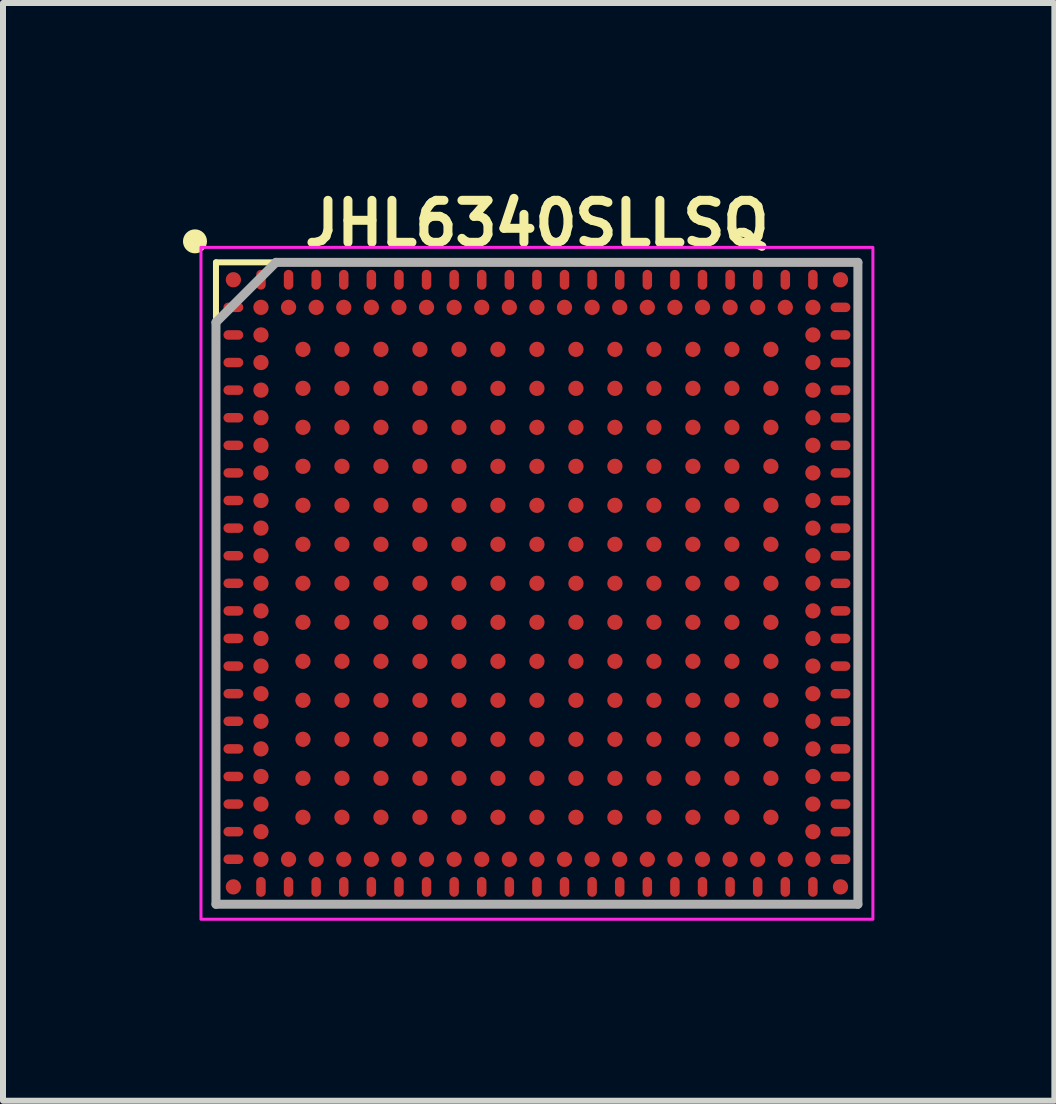
<source format=kicad_pcb>
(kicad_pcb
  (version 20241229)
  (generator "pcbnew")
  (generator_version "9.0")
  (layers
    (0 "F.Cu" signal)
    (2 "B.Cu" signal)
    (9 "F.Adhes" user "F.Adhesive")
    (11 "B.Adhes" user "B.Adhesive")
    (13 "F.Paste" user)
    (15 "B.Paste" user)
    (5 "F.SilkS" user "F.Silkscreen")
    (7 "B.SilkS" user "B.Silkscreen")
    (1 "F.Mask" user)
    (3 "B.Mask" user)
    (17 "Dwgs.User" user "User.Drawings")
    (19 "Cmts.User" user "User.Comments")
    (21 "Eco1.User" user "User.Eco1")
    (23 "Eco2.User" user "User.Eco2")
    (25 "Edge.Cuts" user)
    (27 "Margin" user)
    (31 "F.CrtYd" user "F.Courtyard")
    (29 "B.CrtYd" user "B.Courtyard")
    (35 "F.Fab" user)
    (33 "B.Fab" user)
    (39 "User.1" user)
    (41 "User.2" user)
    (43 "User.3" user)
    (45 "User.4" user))
  (footprint "JHL6340SLLSQ"
    (layer "F.Cu")
    (at 5.9 6.673)
    (property "Reference" "JHL6340SLLSQ" (at 0 -6 0) (unlocked yes) (layer "F.SilkS") (effects (font (size 0.7 0.7) (thickness 0.15))))
    (attr smd)
    (fp_line (start -5.35 5.35) (end -5.35 -5.35) (stroke (width 0.1) (type solid)) (layer "F.SilkS"))
    (fp_line (start -5.35 5.35) (end 5.35 5.35) (stroke (width 0.1) (type solid)) (layer "F.SilkS"))
    (fp_line (start 5.35 -5.35) (end -5.35 -5.35) (stroke (width 0.1) (type solid)) (layer "F.SilkS"))
    (fp_line (start 5.35 -5.35) (end 5.35 5.35) (stroke (width 0.1) (type solid)) (layer "F.SilkS"))
    (fp_circle (center -5.7 -5.7) (end -5.6 -5.7) (stroke (width 0.2) (type solid)) (fill no) (layer "F.SilkS"))
    (fp_rect (start -5.6 -5.6) (end 5.6 5.6) (stroke (width 0.05) (type solid)) (fill no) (layer "F.CrtYd"))
    (fp_line (start -5.35 5.35) (end -5.35 -4.35) (stroke (width 0.15) (type solid)) (layer "F.Fab"))
    (fp_line (start -4.35 -5.35) (end -5.35 -4.35) (stroke (width 0.15) (type solid)) (layer "F.Fab"))
    (fp_line (start -4.35 -5.35) (end 5.35 -5.35) (stroke (width 0.15) (type solid)) (layer "F.Fab"))
    (fp_line (start 5.35 -5.35) (end 5.35 5.35) (stroke (width 0.15) (type solid)) (layer "F.Fab"))
    (fp_line (start 5.35 5.35) (end -5.35 5.35) (stroke (width 0.15) (type solid)) (layer "F.Fab"))
    (fp_rect (start -5.35 -5.35) (end 5.35 5.35) (stroke (width 0.15) (type solid)) (fill no) (layer "User.5"))
    (pad "A1" smd circle (at -5.06 -5.06) (size 0.254 0.254) (layers "F.Cu" "F.Mask" "F.Paste"))
    (pad "A2" smd oval (at -4.6 -5.06) (size 0.158 0.33) (layers "F.Cu" "F.Mask" "F.Paste"))
    (pad "A3" smd oval (at -4.14 -5.06) (size 0.158 0.33) (layers "F.Cu" "F.Mask" "F.Paste"))
    (pad "A4" smd oval (at -3.68 -5.06) (size 0.158 0.33) (layers "F.Cu" "F.Mask" "F.Paste"))
    (pad "A5" smd oval (at -3.22 -5.06) (size 0.158 0.33) (layers "F.Cu" "F.Mask" "F.Paste"))
    (pad "A6" smd oval (at -2.76 -5.06) (size 0.158 0.33) (layers "F.Cu" "F.Mask" "F.Paste"))
    (pad "A7" smd oval (at -2.3 -5.06) (size 0.158 0.33) (layers "F.Cu" "F.Mask" "F.Paste"))
    (pad "A8" smd oval (at -1.84 -5.06) (size 0.158 0.33) (layers "F.Cu" "F.Mask" "F.Paste"))
    (pad "A9" smd oval (at -1.38 -5.06) (size 0.158 0.33) (layers "F.Cu" "F.Mask" "F.Paste"))
    (pad "A10" smd oval (at -0.92 -5.06) (size 0.158 0.33) (layers "F.Cu" "F.Mask" "F.Paste"))
    (pad "A11" smd oval (at -0.46 -5.06) (size 0.158 0.33) (layers "F.Cu" "F.Mask" "F.Paste"))
    (pad "A12" smd oval (at 0 -5.06) (size 0.158 0.33) (layers "F.Cu" "F.Mask" "F.Paste"))
    (pad "A13" smd oval (at 0.46 -5.06) (size 0.158 0.33) (layers "F.Cu" "F.Mask" "F.Paste"))
    (pad "A14" smd oval (at 0.92 -5.06) (size 0.158 0.33) (layers "F.Cu" "F.Mask" "F.Paste"))
    (pad "A15" smd oval (at 1.38 -5.06) (size 0.158 0.33) (layers "F.Cu" "F.Mask" "F.Paste"))
    (pad "A16" smd oval (at 1.84 -5.06) (size 0.158 0.33) (layers "F.Cu" "F.Mask" "F.Paste"))
    (pad "A17" smd oval (at 2.3 -5.06) (size 0.158 0.33) (layers "F.Cu" "F.Mask" "F.Paste"))
    (pad "A18" smd oval (at 2.76 -5.06) (size 0.158 0.33) (layers "F.Cu" "F.Mask" "F.Paste"))
    (pad "A19" smd oval (at 3.22 -5.06) (size 0.158 0.33) (layers "F.Cu" "F.Mask" "F.Paste"))
    (pad "A20" smd oval (at 3.68 -5.06) (size 0.158 0.33) (layers "F.Cu" "F.Mask" "F.Paste"))
    (pad "A21" smd oval (at 4.14 -5.06) (size 0.158 0.33) (layers "F.Cu" "F.Mask" "F.Paste"))
    (pad "A22" smd oval (at 4.6 -5.06) (size 0.158 0.33) (layers "F.Cu" "F.Mask" "F.Paste"))
    (pad "A23" smd circle (at 5.06 -5.06) (size 0.254 0.254) (layers "F.Cu" "F.Mask" "F.Paste"))
    (pad "AA1" smd oval (at -5.06 4.14 90) (size 0.158 0.33) (layers "F.Cu" "F.Mask" "F.Paste"))
    (pad "AA2" smd circle (at -4.6 4.14) (size 0.254 0.254) (layers "F.Cu" "F.Mask" "F.Paste"))
    (pad "AA22" smd circle (at 4.6 4.14) (size 0.254 0.254) (layers "F.Cu" "F.Mask" "F.Paste"))
    (pad "AA23" smd oval (at 5.06 4.14 90) (size 0.158 0.33) (layers "F.Cu" "F.Mask" "F.Paste"))
    (pad "AB1" smd oval (at -5.06 4.6 90) (size 0.158 0.33) (layers "F.Cu" "F.Mask" "F.Paste"))
    (pad "AB2" smd circle (at -4.6 4.6) (size 0.254 0.254) (layers "F.Cu" "F.Mask" "F.Paste"))
    (pad "AB3" smd circle (at -4.14 4.6) (size 0.254 0.254) (layers "F.Cu" "F.Mask" "F.Paste"))
    (pad "AB4" smd circle (at -3.68 4.6) (size 0.254 0.254) (layers "F.Cu" "F.Mask" "F.Paste"))
    (pad "AB5" smd circle (at -3.22 4.6) (size 0.254 0.254) (layers "F.Cu" "F.Mask" "F.Paste"))
    (pad "AB6" smd circle (at -2.76 4.6) (size 0.254 0.254) (layers "F.Cu" "F.Mask" "F.Paste"))
    (pad "AB7" smd circle (at -2.3 4.6) (size 0.254 0.254) (layers "F.Cu" "F.Mask" "F.Paste"))
    (pad "AB8" smd circle (at -1.84 4.6) (size 0.254 0.254) (layers "F.Cu" "F.Mask" "F.Paste"))
    (pad "AB9" smd circle (at -1.38 4.6) (size 0.254 0.254) (layers "F.Cu" "F.Mask" "F.Paste"))
    (pad "AB10" smd circle (at -0.92 4.6) (size 0.254 0.254) (layers "F.Cu" "F.Mask" "F.Paste"))
    (pad "AB11" smd circle (at -0.46 4.6) (size 0.254 0.254) (layers "F.Cu" "F.Mask" "F.Paste"))
    (pad "AB12" smd circle (at 0 4.6) (size 0.254 0.254) (layers "F.Cu" "F.Mask" "F.Paste"))
    (pad "AB13" smd circle (at 0.46 4.6) (size 0.254 0.254) (layers "F.Cu" "F.Mask" "F.Paste"))
    (pad "AB14" smd circle (at 0.92 4.6) (size 0.254 0.254) (layers "F.Cu" "F.Mask" "F.Paste"))
    (pad "AB15" smd circle (at 1.38 4.6) (size 0.254 0.254) (layers "F.Cu" "F.Mask" "F.Paste"))
    (pad "AB16" smd circle (at 1.84 4.6) (size 0.254 0.254) (layers "F.Cu" "F.Mask" "F.Paste"))
    (pad "AB17" smd circle (at 2.3 4.6) (size 0.254 0.254) (layers "F.Cu" "F.Mask" "F.Paste"))
    (pad "AB18" smd circle (at 2.76 4.6) (size 0.254 0.254) (layers "F.Cu" "F.Mask" "F.Paste"))
    (pad "AB19" smd circle (at 3.22 4.6) (size 0.254 0.254) (layers "F.Cu" "F.Mask" "F.Paste"))
    (pad "AB20" smd circle (at 3.68 4.6) (size 0.254 0.254) (layers "F.Cu" "F.Mask" "F.Paste"))
    (pad "AB21" smd circle (at 4.14 4.6) (size 0.254 0.254) (layers "F.Cu" "F.Mask" "F.Paste"))
    (pad "AB22" smd circle (at 4.6 4.6) (size 0.254 0.254) (layers "F.Cu" "F.Mask" "F.Paste"))
    (pad "AB23" smd oval (at 5.06 4.6 90) (size 0.158 0.33) (layers "F.Cu" "F.Mask" "F.Paste"))
    (pad "AC1" smd circle (at -5.06 5.06) (size 0.254 0.254) (layers "F.Cu" "F.Mask" "F.Paste"))
    (pad "AC2" smd oval (at -4.6 5.06) (size 0.158 0.33) (layers "F.Cu" "F.Mask" "F.Paste"))
    (pad "AC3" smd oval (at -4.14 5.06) (size 0.158 0.33) (layers "F.Cu" "F.Mask" "F.Paste"))
    (pad "AC4" smd oval (at -3.68 5.06) (size 0.158 0.33) (layers "F.Cu" "F.Mask" "F.Paste"))
    (pad "AC5" smd oval (at -3.22 5.06) (size 0.158 0.33) (layers "F.Cu" "F.Mask" "F.Paste"))
    (pad "AC6" smd oval (at -2.76 5.06) (size 0.158 0.33) (layers "F.Cu" "F.Mask" "F.Paste"))
    (pad "AC7" smd oval (at -2.3 5.06) (size 0.158 0.33) (layers "F.Cu" "F.Mask" "F.Paste"))
    (pad "AC8" smd oval (at -1.84 5.06) (size 0.158 0.33) (layers "F.Cu" "F.Mask" "F.Paste"))
    (pad "AC9" smd oval (at -1.38 5.06) (size 0.158 0.33) (layers "F.Cu" "F.Mask" "F.Paste"))
    (pad "AC10" smd oval (at -0.92 5.06) (size 0.158 0.33) (layers "F.Cu" "F.Mask" "F.Paste"))
    (pad "AC11" smd oval (at -0.46 5.06) (size 0.158 0.33) (layers "F.Cu" "F.Mask" "F.Paste"))
    (pad "AC12" smd oval (at 0 5.06) (size 0.158 0.33) (layers "F.Cu" "F.Mask" "F.Paste"))
    (pad "AC13" smd oval (at 0.46 5.06) (size 0.158 0.33) (layers "F.Cu" "F.Mask" "F.Paste"))
    (pad "AC14" smd oval (at 0.92 5.06) (size 0.158 0.33) (layers "F.Cu" "F.Mask" "F.Paste"))
    (pad "AC15" smd oval (at 1.38 5.06) (size 0.158 0.33) (layers "F.Cu" "F.Mask" "F.Paste"))
    (pad "AC16" smd oval (at 1.84 5.06) (size 0.158 0.33) (layers "F.Cu" "F.Mask" "F.Paste"))
    (pad "AC17" smd oval (at 2.3 5.06) (size 0.158 0.33) (layers "F.Cu" "F.Mask" "F.Paste"))
    (pad "AC18" smd oval (at 2.76 5.06) (size 0.158 0.33) (layers "F.Cu" "F.Mask" "F.Paste"))
    (pad "AC19" smd oval (at 3.22 5.06) (size 0.158 0.33) (layers "F.Cu" "F.Mask" "F.Paste"))
    (pad "AC20" smd oval (at 3.68 5.06) (size 0.158 0.33) (layers "F.Cu" "F.Mask" "F.Paste"))
    (pad "AC21" smd oval (at 4.14 5.06) (size 0.158 0.33) (layers "F.Cu" "F.Mask" "F.Paste"))
    (pad "AC22" smd oval (at 4.6 5.06) (size 0.158 0.33) (layers "F.Cu" "F.Mask" "F.Paste"))
    (pad "AC23" smd circle (at 5.06 5.06) (size 0.254 0.254) (layers "F.Cu" "F.Mask" "F.Paste"))
    (pad "B1" smd oval (at -5.06 -4.6 90) (size 0.158 0.33) (layers "F.Cu" "F.Mask" "F.Paste"))
    (pad "B2" smd circle (at -4.6 -4.6) (size 0.254 0.254) (layers "F.Cu" "F.Mask" "F.Paste"))
    (pad "B3" smd circle (at -4.14 -4.6) (size 0.254 0.254) (layers "F.Cu" "F.Mask" "F.Paste"))
    (pad "B4" smd circle (at -3.68 -4.6) (size 0.254 0.254) (layers "F.Cu" "F.Mask" "F.Paste"))
    (pad "B5" smd circle (at -3.22 -4.6) (size 0.254 0.254) (layers "F.Cu" "F.Mask" "F.Paste"))
    (pad "B6" smd circle (at -2.76 -4.6) (size 0.254 0.254) (layers "F.Cu" "F.Mask" "F.Paste"))
    (pad "B7" smd circle (at -2.3 -4.6) (size 0.254 0.254) (layers "F.Cu" "F.Mask" "F.Paste"))
    (pad "B8" smd circle (at -1.84 -4.6) (size 0.254 0.254) (layers "F.Cu" "F.Mask" "F.Paste"))
    (pad "B9" smd circle (at -1.38 -4.6) (size 0.254 0.254) (layers "F.Cu" "F.Mask" "F.Paste"))
    (pad "B10" smd circle (at -0.92 -4.6) (size 0.254 0.254) (layers "F.Cu" "F.Mask" "F.Paste"))
    (pad "B11" smd circle (at -0.46 -4.6) (size 0.254 0.254) (layers "F.Cu" "F.Mask" "F.Paste"))
    (pad "B12" smd circle (at 0 -4.6) (size 0.254 0.254) (layers "F.Cu" "F.Mask" "F.Paste"))
    (pad "B13" smd circle (at 0.46 -4.6) (size 0.254 0.254) (layers "F.Cu" "F.Mask" "F.Paste"))
    (pad "B14" smd circle (at 0.92 -4.6) (size 0.254 0.254) (layers "F.Cu" "F.Mask" "F.Paste"))
    (pad "B15" smd circle (at 1.38 -4.6) (size 0.254 0.254) (layers "F.Cu" "F.Mask" "F.Paste"))
    (pad "B16" smd circle (at 1.84 -4.6) (size 0.254 0.254) (layers "F.Cu" "F.Mask" "F.Paste"))
    (pad "B17" smd circle (at 2.3 -4.6) (size 0.254 0.254) (layers "F.Cu" "F.Mask" "F.Paste"))
    (pad "B18" smd circle (at 2.76 -4.6) (size 0.254 0.254) (layers "F.Cu" "F.Mask" "F.Paste"))
    (pad "B19" smd circle (at 3.22 -4.6) (size 0.254 0.254) (layers "F.Cu" "F.Mask" "F.Paste"))
    (pad "B20" smd circle (at 3.68 -4.6) (size 0.254 0.254) (layers "F.Cu" "F.Mask" "F.Paste"))
    (pad "B21" smd circle (at 4.14 -4.6) (size 0.254 0.254) (layers "F.Cu" "F.Mask" "F.Paste"))
    (pad "B22" smd circle (at 4.6 -4.6) (size 0.254 0.254) (layers "F.Cu" "F.Mask" "F.Paste"))
    (pad "B23" smd oval (at 5.06 -4.6 90) (size 0.158 0.33) (layers "F.Cu" "F.Mask" "F.Paste"))
    (pad "C1" smd oval (at -5.06 -4.14 90) (size 0.158 0.33) (layers "F.Cu" "F.Mask" "F.Paste"))
    (pad "C2" smd circle (at -4.6 -4.14) (size 0.254 0.254) (layers "F.Cu" "F.Mask" "F.Paste"))
    (pad "C22" smd circle (at 4.6 -4.14) (size 0.254 0.254) (layers "F.Cu" "F.Mask" "F.Paste"))
    (pad "C23" smd oval (at 5.06 -4.14 90) (size 0.158 0.33) (layers "F.Cu" "F.Mask" "F.Paste"))
    (pad "D1" smd oval (at -5.06 -3.68 90) (size 0.158 0.33) (layers "F.Cu" "F.Mask" "F.Paste"))
    (pad "D2" smd circle (at -4.6 -3.68) (size 0.254 0.254) (layers "F.Cu" "F.Mask" "F.Paste"))
    (pad "D4" smd circle (at -3.9 -3.9) (size 0.254 0.254) (layers "F.Cu" "F.Mask" "F.Paste"))
    (pad "D5" smd circle (at -3.25 -3.9) (size 0.254 0.254) (layers "F.Cu" "F.Mask" "F.Paste"))
    (pad "D6" smd circle (at -2.6 -3.9) (size 0.254 0.254) (layers "F.Cu" "F.Mask" "F.Paste"))
    (pad "D8" smd circle (at -1.95 -3.9) (size 0.254 0.254) (layers "F.Cu" "F.Mask" "F.Paste"))
    (pad "D9" smd circle (at -1.3 -3.9) (size 0.254 0.254) (layers "F.Cu" "F.Mask" "F.Paste"))
    (pad "D11" smd circle (at -0.65 -3.9) (size 0.254 0.254) (layers "F.Cu" "F.Mask" "F.Paste"))
    (pad "D12" smd circle (at 0 -3.9) (size 0.254 0.254) (layers "F.Cu" "F.Mask" "F.Paste"))
    (pad "D13" smd circle (at 0.65 -3.9) (size 0.254 0.254) (layers "F.Cu" "F.Mask" "F.Paste"))
    (pad "D15" smd circle (at 1.3 -3.9) (size 0.254 0.254) (layers "F.Cu" "F.Mask" "F.Paste"))
    (pad "D16" smd circle (at 1.95 -3.9) (size 0.254 0.254) (layers "F.Cu" "F.Mask" "F.Paste"))
    (pad "D18" smd circle (at 2.6 -3.9) (size 0.254 0.254) (layers "F.Cu" "F.Mask" "F.Paste"))
    (pad "D19" smd circle (at 3.25 -3.9) (size 0.254 0.254) (layers "F.Cu" "F.Mask" "F.Paste"))
    (pad "D20" smd circle (at 3.9 -3.9) (size 0.254 0.254) (layers "F.Cu" "F.Mask" "F.Paste"))
    (pad "D22" smd circle (at 4.6 -3.68) (size 0.254 0.254) (layers "F.Cu" "F.Mask" "F.Paste"))
    (pad "D23" smd oval (at 5.06 -3.68 90) (size 0.158 0.33) (layers "F.Cu" "F.Mask" "F.Paste"))
    (pad "E1" smd oval (at -5.06 -3.22 90) (size 0.158 0.33) (layers "F.Cu" "F.Mask" "F.Paste"))
    (pad "E2" smd circle (at -4.6 -3.22) (size 0.254 0.254) (layers "F.Cu" "F.Mask" "F.Paste"))
    (pad "E4" smd circle (at -3.9 -3.25) (size 0.254 0.254) (layers "F.Cu" "F.Mask" "F.Paste"))
    (pad "E5" smd circle (at -3.25 -3.25) (size 0.254 0.254) (layers "F.Cu" "F.Mask" "F.Paste"))
    (pad "E6" smd circle (at -2.6 -3.25) (size 0.254 0.254) (layers "F.Cu" "F.Mask" "F.Paste"))
    (pad "E8" smd circle (at -1.95 -3.25) (size 0.254 0.254) (layers "F.Cu" "F.Mask" "F.Paste"))
    (pad "E9" smd circle (at -1.3 -3.25) (size 0.254 0.254) (layers "F.Cu" "F.Mask" "F.Paste"))
    (pad "E11" smd circle (at -0.65 -3.25) (size 0.254 0.254) (layers "F.Cu" "F.Mask" "F.Paste"))
    (pad "E12" smd circle (at 0 -3.25) (size 0.254 0.254) (layers "F.Cu" "F.Mask" "F.Paste"))
    (pad "E13" smd circle (at 0.65 -3.25) (size 0.254 0.254) (layers "F.Cu" "F.Mask" "F.Paste"))
    (pad "E15" smd circle (at 1.3 -3.25) (size 0.254 0.254) (layers "F.Cu" "F.Mask" "F.Paste"))
    (pad "E16" smd circle (at 1.95 -3.25) (size 0.254 0.254) (layers "F.Cu" "F.Mask" "F.Paste"))
    (pad "E18" smd circle (at 2.6 -3.25) (size 0.254 0.254) (layers "F.Cu" "F.Mask" "F.Paste"))
    (pad "E19" smd circle (at 3.25 -3.25) (size 0.254 0.254) (layers "F.Cu" "F.Mask" "F.Paste"))
    (pad "E20" smd circle (at 3.9 -3.25) (size 0.254 0.254) (layers "F.Cu" "F.Mask" "F.Paste"))
    (pad "E22" smd circle (at 4.6 -3.22) (size 0.254 0.254) (layers "F.Cu" "F.Mask" "F.Paste"))
    (pad "E23" smd oval (at 5.06 -3.22 90) (size 0.158 0.33) (layers "F.Cu" "F.Mask" "F.Paste"))
    (pad "F1" smd oval (at -5.06 -2.76 90) (size 0.158 0.33) (layers "F.Cu" "F.Mask" "F.Paste"))
    (pad "F2" smd circle (at -4.6 -2.76) (size 0.254 0.254) (layers "F.Cu" "F.Mask" "F.Paste"))
    (pad "F4" smd circle (at -3.9 -2.6) (size 0.254 0.254) (layers "F.Cu" "F.Mask" "F.Paste"))
    (pad "F5" smd circle (at -3.25 -2.6) (size 0.254 0.254) (layers "F.Cu" "F.Mask" "F.Paste"))
    (pad "F6" smd circle (at -2.6 -2.6) (size 0.254 0.254) (layers "F.Cu" "F.Mask" "F.Paste"))
    (pad "F8" smd circle (at -1.95 -2.6) (size 0.254 0.254) (layers "F.Cu" "F.Mask" "F.Paste"))
    (pad "F9" smd circle (at -1.3 -2.6) (size 0.254 0.254) (layers "F.Cu" "F.Mask" "F.Paste"))
    (pad "F11" smd circle (at -0.65 -2.6) (size 0.254 0.254) (layers "F.Cu" "F.Mask" "F.Paste"))
    (pad "F12" smd circle (at 0 -2.6) (size 0.254 0.254) (layers "F.Cu" "F.Mask" "F.Paste"))
    (pad "F13" smd circle (at 0.65 -2.6) (size 0.254 0.254) (layers "F.Cu" "F.Mask" "F.Paste"))
    (pad "F15" smd circle (at 1.3 -2.6) (size 0.254 0.254) (layers "F.Cu" "F.Mask" "F.Paste"))
    (pad "F16" smd circle (at 1.95 -2.6) (size 0.254 0.254) (layers "F.Cu" "F.Mask" "F.Paste"))
    (pad "F18" smd circle (at 2.6 -2.6) (size 0.254 0.254) (layers "F.Cu" "F.Mask" "F.Paste"))
    (pad "F19" smd circle (at 3.25 -2.6) (size 0.254 0.254) (layers "F.Cu" "F.Mask" "F.Paste"))
    (pad "F20" smd circle (at 3.9 -2.6) (size 0.254 0.254) (layers "F.Cu" "F.Mask" "F.Paste"))
    (pad "F22" smd circle (at 4.6 -2.76) (size 0.254 0.254) (layers "F.Cu" "F.Mask" "F.Paste"))
    (pad "F23" smd oval (at 5.06 -2.76 90) (size 0.158 0.33) (layers "F.Cu" "F.Mask" "F.Paste"))
    (pad "G1" smd oval (at -5.06 -2.3 90) (size 0.158 0.33) (layers "F.Cu" "F.Mask" "F.Paste"))
    (pad "G2" smd circle (at -4.6 -2.3) (size 0.254 0.254) (layers "F.Cu" "F.Mask" "F.Paste"))
    (pad "G22" smd circle (at 4.6 -2.3) (size 0.254 0.254) (layers "F.Cu" "F.Mask" "F.Paste"))
    (pad "G23" smd oval (at 5.06 -2.3 90) (size 0.158 0.33) (layers "F.Cu" "F.Mask" "F.Paste"))
    (pad "H1" smd oval (at -5.06 -1.84 90) (size 0.158 0.33) (layers "F.Cu" "F.Mask" "F.Paste"))
    (pad "H2" smd circle (at -4.6 -1.84) (size 0.254 0.254) (layers "F.Cu" "F.Mask" "F.Paste"))
    (pad "H4" smd circle (at -3.9 -1.95) (size 0.254 0.254) (layers "F.Cu" "F.Mask" "F.Paste"))
    (pad "H5" smd circle (at -3.25 -1.95) (size 0.254 0.254) (layers "F.Cu" "F.Mask" "F.Paste"))
    (pad "H6" smd circle (at -2.6 -1.95) (size 0.254 0.254) (layers "F.Cu" "F.Mask" "F.Paste"))
    (pad "H8" smd circle (at -1.95 -1.95) (size 0.254 0.254) (layers "F.Cu" "F.Mask" "F.Paste"))
    (pad "H9" smd circle (at -1.3 -1.95) (size 0.254 0.254) (layers "F.Cu" "F.Mask" "F.Paste"))
    (pad "H11" smd circle (at -0.65 -1.95) (size 0.254 0.254) (layers "F.Cu" "F.Mask" "F.Paste"))
    (pad "H12" smd circle (at 0 -1.95) (size 0.254 0.254) (layers "F.Cu" "F.Mask" "F.Paste"))
    (pad "H13" smd circle (at 0.65 -1.95) (size 0.254 0.254) (layers "F.Cu" "F.Mask" "F.Paste"))
    (pad "H15" smd circle (at 1.3 -1.95) (size 0.254 0.254) (layers "F.Cu" "F.Mask" "F.Paste"))
    (pad "H16" smd circle (at 1.95 -1.95) (size 0.254 0.254) (layers "F.Cu" "F.Mask" "F.Paste"))
    (pad "H18" smd circle (at 2.6 -1.95) (size 0.254 0.254) (layers "F.Cu" "F.Mask" "F.Paste"))
    (pad "H19" smd circle (at 3.25 -1.95) (size 0.254 0.254) (layers "F.Cu" "F.Mask" "F.Paste"))
    (pad "H20" smd circle (at 3.9 -1.95) (size 0.254 0.254) (layers "F.Cu" "F.Mask" "F.Paste"))
    (pad "H22" smd circle (at 4.6 -1.84) (size 0.254 0.254) (layers "F.Cu" "F.Mask" "F.Paste"))
    (pad "H23" smd oval (at 5.06 -1.84 90) (size 0.158 0.33) (layers "F.Cu" "F.Mask" "F.Paste"))
    (pad "J1" smd oval (at -5.06 -1.38 90) (size 0.158 0.33) (layers "F.Cu" "F.Mask" "F.Paste"))
    (pad "J2" smd circle (at -4.6 -1.38) (size 0.254 0.254) (layers "F.Cu" "F.Mask" "F.Paste"))
    (pad "J4" smd circle (at -3.9 -1.3) (size 0.254 0.254) (layers "F.Cu" "F.Mask" "F.Paste"))
    (pad "J5" smd circle (at -3.25 -1.3) (size 0.254 0.254) (layers "F.Cu" "F.Mask" "F.Paste"))
    (pad "J6" smd circle (at -2.6 -1.3) (size 0.254 0.254) (layers "F.Cu" "F.Mask" "F.Paste"))
    (pad "J8" smd circle (at -1.95 -1.3) (size 0.254 0.254) (layers "F.Cu" "F.Mask" "F.Paste"))
    (pad "J9" smd circle (at -1.3 -1.3) (size 0.254 0.254) (layers "F.Cu" "F.Mask" "F.Paste"))
    (pad "J11" smd circle (at -0.65 -1.3) (size 0.254 0.254) (layers "F.Cu" "F.Mask" "F.Paste"))
    (pad "J12" smd circle (at 0 -1.3) (size 0.254 0.254) (layers "F.Cu" "F.Mask" "F.Paste"))
    (pad "J13" smd circle (at 0.65 -1.3) (size 0.254 0.254) (layers "F.Cu" "F.Mask" "F.Paste"))
    (pad "J15" smd circle (at 1.3 -1.3) (size 0.254 0.254) (layers "F.Cu" "F.Mask" "F.Paste"))
    (pad "J16" smd circle (at 1.95 -1.3) (size 0.254 0.254) (layers "F.Cu" "F.Mask" "F.Paste"))
    (pad "J18" smd circle (at 2.6 -1.3) (size 0.254 0.254) (layers "F.Cu" "F.Mask" "F.Paste"))
    (pad "J19" smd circle (at 3.25 -1.3) (size 0.254 0.254) (layers "F.Cu" "F.Mask" "F.Paste"))
    (pad "J20" smd circle (at 3.9 -1.3) (size 0.254 0.254) (layers "F.Cu" "F.Mask" "F.Paste"))
    (pad "J22" smd circle (at 4.6 -1.38) (size 0.254 0.254) (layers "F.Cu" "F.Mask" "F.Paste"))
    (pad "J23" smd oval (at 5.06 -1.38 90) (size 0.158 0.33) (layers "F.Cu" "F.Mask" "F.Paste"))
    (pad "K1" smd oval (at -5.06 -0.92 90) (size 0.158 0.33) (layers "F.Cu" "F.Mask" "F.Paste"))
    (pad "K2" smd circle (at -4.6 -0.92) (size 0.254 0.254) (layers "F.Cu" "F.Mask" "F.Paste"))
    (pad "K22" smd circle (at 4.6 -0.92) (size 0.254 0.254) (layers "F.Cu" "F.Mask" "F.Paste"))
    (pad "K23" smd oval (at 5.06 -0.92 90) (size 0.158 0.33) (layers "F.Cu" "F.Mask" "F.Paste"))
    (pad "L1" smd oval (at -5.06 -0.46 90) (size 0.158 0.33) (layers "F.Cu" "F.Mask" "F.Paste"))
    (pad "L2" smd circle (at -4.6 -0.46) (size 0.254 0.254) (layers "F.Cu" "F.Mask" "F.Paste"))
    (pad "L4" smd circle (at -3.9 -0.65) (size 0.254 0.254) (layers "F.Cu" "F.Mask" "F.Paste"))
    (pad "L5" smd circle (at -3.25 -0.65) (size 0.254 0.254) (layers "F.Cu" "F.Mask" "F.Paste"))
    (pad "L6" smd circle (at -2.6 -0.65) (size 0.254 0.254) (layers "F.Cu" "F.Mask" "F.Paste"))
    (pad "L8" smd circle (at -1.95 -0.65) (size 0.254 0.254) (layers "F.Cu" "F.Mask" "F.Paste"))
    (pad "L9" smd circle (at -1.3 -0.65) (size 0.254 0.254) (layers "F.Cu" "F.Mask" "F.Paste"))
    (pad "L11" smd circle (at -0.65 -0.65) (size 0.254 0.254) (layers "F.Cu" "F.Mask" "F.Paste"))
    (pad "L12" smd circle (at 0 -0.65) (size 0.254 0.254) (layers "F.Cu" "F.Mask" "F.Paste"))
    (pad "L13" smd circle (at 0.65 -0.65) (size 0.254 0.254) (layers "F.Cu" "F.Mask" "F.Paste"))
    (pad "L15" smd circle (at 1.3 -0.65) (size 0.254 0.254) (layers "F.Cu" "F.Mask" "F.Paste"))
    (pad "L16" smd circle (at 1.95 -0.65) (size 0.254 0.254) (layers "F.Cu" "F.Mask" "F.Paste"))
    (pad "L18" smd circle (at 2.6 -0.65) (size 0.254 0.254) (layers "F.Cu" "F.Mask" "F.Paste"))
    (pad "L19" smd circle (at 3.25 -0.65) (size 0.254 0.254) (layers "F.Cu" "F.Mask" "F.Paste"))
    (pad "L20" smd circle (at 3.9 -0.65) (size 0.254 0.254) (layers "F.Cu" "F.Mask" "F.Paste"))
    (pad "L22" smd circle (at 4.6 -0.46) (size 0.254 0.254) (layers "F.Cu" "F.Mask" "F.Paste"))
    (pad "L23" smd oval (at 5.06 -0.46 90) (size 0.158 0.33) (layers "F.Cu" "F.Mask" "F.Paste"))
    (pad "M1" smd oval (at -5.06 0 90) (size 0.158 0.33) (layers "F.Cu" "F.Mask" "F.Paste"))
    (pad "M2" smd circle (at -4.6 0) (size 0.254 0.254) (layers "F.Cu" "F.Mask" "F.Paste"))
    (pad "M4" smd circle (at -3.9 0) (size 0.254 0.254) (layers "F.Cu" "F.Mask" "F.Paste"))
    (pad "M5" smd circle (at -3.25 0) (size 0.254 0.254) (layers "F.Cu" "F.Mask" "F.Paste"))
    (pad "M6" smd circle (at -2.6 0) (size 0.254 0.254) (layers "F.Cu" "F.Mask" "F.Paste"))
    (pad "M8" smd circle (at -1.95 0) (size 0.254 0.254) (layers "F.Cu" "F.Mask" "F.Paste"))
    (pad "M9" smd circle (at -1.3 0) (size 0.254 0.254) (layers "F.Cu" "F.Mask" "F.Paste"))
    (pad "M11" smd circle (at -0.65 0) (size 0.254 0.254) (layers "F.Cu" "F.Mask" "F.Paste"))
    (pad "M12" smd circle (at 0 0) (size 0.254 0.254) (layers "F.Cu" "F.Mask" "F.Paste"))
    (pad "M13" smd circle (at 0.65 0) (size 0.254 0.254) (layers "F.Cu" "F.Mask" "F.Paste"))
    (pad "M15" smd circle (at 1.3 0) (size 0.254 0.254) (layers "F.Cu" "F.Mask" "F.Paste"))
    (pad "M16" smd circle (at 1.95 0) (size 0.254 0.254) (layers "F.Cu" "F.Mask" "F.Paste"))
    (pad "M18" smd circle (at 2.6 0) (size 0.254 0.254) (layers "F.Cu" "F.Mask" "F.Paste"))
    (pad "M19" smd circle (at 3.25 0) (size 0.254 0.254) (layers "F.Cu" "F.Mask" "F.Paste"))
    (pad "M20" smd circle (at 3.9 0) (size 0.254 0.254) (layers "F.Cu" "F.Mask" "F.Paste"))
    (pad "M22" smd circle (at 4.6 0) (size 0.254 0.254) (layers "F.Cu" "F.Mask" "F.Paste"))
    (pad "M23" smd oval (at 5.06 0 90) (size 0.158 0.33) (layers "F.Cu" "F.Mask" "F.Paste"))
    (pad "N1" smd oval (at -5.06 0.46 90) (size 0.158 0.33) (layers "F.Cu" "F.Mask" "F.Paste"))
    (pad "N2" smd circle (at -4.6 0.46) (size 0.254 0.254) (layers "F.Cu" "F.Mask" "F.Paste"))
    (pad "N4" smd circle (at -3.9 0.65) (size 0.254 0.254) (layers "F.Cu" "F.Mask" "F.Paste"))
    (pad "N5" smd circle (at -3.25 0.65) (size 0.254 0.254) (layers "F.Cu" "F.Mask" "F.Paste"))
    (pad "N6" smd circle (at -2.6 0.65) (size 0.254 0.254) (layers "F.Cu" "F.Mask" "F.Paste"))
    (pad "N8" smd circle (at -1.95 0.65) (size 0.254 0.254) (layers "F.Cu" "F.Mask" "F.Paste"))
    (pad "N9" smd circle (at -1.3 0.65) (size 0.254 0.254) (layers "F.Cu" "F.Mask" "F.Paste"))
    (pad "N11" smd circle (at -0.65 0.65) (size 0.254 0.254) (layers "F.Cu" "F.Mask" "F.Paste"))
    (pad "N12" smd circle (at 0 0.65) (size 0.254 0.254) (layers "F.Cu" "F.Mask" "F.Paste"))
    (pad "N13" smd circle (at 0.65 0.65) (size 0.254 0.254) (layers "F.Cu" "F.Mask" "F.Paste"))
    (pad "N15" smd circle (at 1.3 0.65) (size 0.254 0.254) (layers "F.Cu" "F.Mask" "F.Paste"))
    (pad "N16" smd circle (at 1.95 0.65) (size 0.254 0.254) (layers "F.Cu" "F.Mask" "F.Paste"))
    (pad "N18" smd circle (at 2.6 0.65) (size 0.254 0.254) (layers "F.Cu" "F.Mask" "F.Paste"))
    (pad "N19" smd circle (at 3.25 0.65) (size 0.254 0.254) (layers "F.Cu" "F.Mask" "F.Paste"))
    (pad "N20" smd circle (at 3.9 0.65) (size 0.254 0.254) (layers "F.Cu" "F.Mask" "F.Paste"))
    (pad "N22" smd circle (at 4.6 0.46) (size 0.254 0.254) (layers "F.Cu" "F.Mask" "F.Paste"))
    (pad "N23" smd oval (at 5.06 0.46 90) (size 0.158 0.33) (layers "F.Cu" "F.Mask" "F.Paste"))
    (pad "P1" smd oval (at -5.06 0.92 90) (size 0.158 0.33) (layers "F.Cu" "F.Mask" "F.Paste"))
    (pad "P2" smd circle (at -4.6 0.92) (size 0.254 0.254) (layers "F.Cu" "F.Mask" "F.Paste"))
    (pad "P22" smd circle (at 4.6 0.92) (size 0.254 0.254) (layers "F.Cu" "F.Mask" "F.Paste"))
    (pad "P23" smd oval (at 5.06 0.92 90) (size 0.158 0.33) (layers "F.Cu" "F.Mask" "F.Paste"))
    (pad "R1" smd oval (at -5.06 1.38 90) (size 0.158 0.33) (layers "F.Cu" "F.Mask" "F.Paste"))
    (pad "R2" smd circle (at -4.6 1.38) (size 0.254 0.254) (layers "F.Cu" "F.Mask" "F.Paste"))
    (pad "R4" smd circle (at -3.9 1.3) (size 0.254 0.254) (layers "F.Cu" "F.Mask" "F.Paste"))
    (pad "R5" smd circle (at -3.25 1.3) (size 0.254 0.254) (layers "F.Cu" "F.Mask" "F.Paste"))
    (pad "R6" smd circle (at -2.6 1.3) (size 0.254 0.254) (layers "F.Cu" "F.Mask" "F.Paste"))
    (pad "R8" smd circle (at -1.95 1.3) (size 0.254 0.254) (layers "F.Cu" "F.Mask" "F.Paste"))
    (pad "R9" smd circle (at -1.3 1.3) (size 0.254 0.254) (layers "F.Cu" "F.Mask" "F.Paste"))
    (pad "R11" smd circle (at -0.65 1.3) (size 0.254 0.254) (layers "F.Cu" "F.Mask" "F.Paste"))
    (pad "R12" smd circle (at 0 1.3) (size 0.254 0.254) (layers "F.Cu" "F.Mask" "F.Paste"))
    (pad "R13" smd circle (at 0.65 1.3) (size 0.254 0.254) (layers "F.Cu" "F.Mask" "F.Paste"))
    (pad "R15" smd circle (at 1.3 1.3) (size 0.254 0.254) (layers "F.Cu" "F.Mask" "F.Paste"))
    (pad "R16" smd circle (at 1.95 1.3) (size 0.254 0.254) (layers "F.Cu" "F.Mask" "F.Paste"))
    (pad "R18" smd circle (at 2.6 1.3) (size 0.254 0.254) (layers "F.Cu" "F.Mask" "F.Paste"))
    (pad "R19" smd circle (at 3.25 1.3) (size 0.254 0.254) (layers "F.Cu" "F.Mask" "F.Paste"))
    (pad "R20" smd circle (at 3.9 1.3) (size 0.254 0.254) (layers "F.Cu" "F.Mask" "F.Paste"))
    (pad "R22" smd circle (at 4.6 1.38) (size 0.254 0.254) (layers "F.Cu" "F.Mask" "F.Paste"))
    (pad "R23" smd oval (at 5.06 1.38 90) (size 0.158 0.33) (layers "F.Cu" "F.Mask" "F.Paste"))
    (pad "T1" smd oval (at -5.06 1.84 90) (size 0.158 0.33) (layers "F.Cu" "F.Mask" "F.Paste"))
    (pad "T2" smd circle (at -4.6 1.84) (size 0.254 0.254) (layers "F.Cu" "F.Mask" "F.Paste"))
    (pad "T4" smd circle (at -3.9 1.95) (size 0.254 0.254) (layers "F.Cu" "F.Mask" "F.Paste"))
    (pad "T5" smd circle (at -3.25 1.95) (size 0.254 0.254) (layers "F.Cu" "F.Mask" "F.Paste"))
    (pad "T6" smd circle (at -2.6 1.95) (size 0.254 0.254) (layers "F.Cu" "F.Mask" "F.Paste"))
    (pad "T8" smd circle (at -1.95 1.95) (size 0.254 0.254) (layers "F.Cu" "F.Mask" "F.Paste"))
    (pad "T9" smd circle (at -1.3 1.95) (size 0.254 0.254) (layers "F.Cu" "F.Mask" "F.Paste"))
    (pad "T11" smd circle (at -0.65 1.95) (size 0.254 0.254) (layers "F.Cu" "F.Mask" "F.Paste"))
    (pad "T12" smd circle (at 0 1.95) (size 0.254 0.254) (layers "F.Cu" "F.Mask" "F.Paste"))
    (pad "T13" smd circle (at 0.65 1.95) (size 0.254 0.254) (layers "F.Cu" "F.Mask" "F.Paste"))
    (pad "T15" smd circle (at 1.3 1.95) (size 0.254 0.254) (layers "F.Cu" "F.Mask" "F.Paste"))
    (pad "T16" smd circle (at 1.95 1.95) (size 0.254 0.254) (layers "F.Cu" "F.Mask" "F.Paste"))
    (pad "T18" smd circle (at 2.6 1.95) (size 0.254 0.254) (layers "F.Cu" "F.Mask" "F.Paste"))
    (pad "T19" smd circle (at 3.25 1.95) (size 0.254 0.254) (layers "F.Cu" "F.Mask" "F.Paste"))
    (pad "T20" smd circle (at 3.9 1.95) (size 0.254 0.254) (layers "F.Cu" "F.Mask" "F.Paste"))
    (pad "T22" smd circle (at 4.6 1.84) (size 0.254 0.254) (layers "F.Cu" "F.Mask" "F.Paste"))
    (pad "T23" smd oval (at 5.06 1.84 90) (size 0.158 0.33) (layers "F.Cu" "F.Mask" "F.Paste"))
    (pad "U1" smd oval (at -5.06 2.3 90) (size 0.158 0.33) (layers "F.Cu" "F.Mask" "F.Paste"))
    (pad "U2" smd circle (at -4.6 2.3) (size 0.254 0.254) (layers "F.Cu" "F.Mask" "F.Paste"))
    (pad "U22" smd circle (at 4.6 2.3) (size 0.254 0.254) (layers "F.Cu" "F.Mask" "F.Paste"))
    (pad "U23" smd oval (at 5.06 2.3 90) (size 0.158 0.33) (layers "F.Cu" "F.Mask" "F.Paste"))
    (pad "V1" smd oval (at -5.06 2.76 90) (size 0.158 0.33) (layers "F.Cu" "F.Mask" "F.Paste"))
    (pad "V2" smd circle (at -4.6 2.76) (size 0.254 0.254) (layers "F.Cu" "F.Mask" "F.Paste"))
    (pad "V4" smd circle (at -3.9 2.6) (size 0.254 0.254) (layers "F.Cu" "F.Mask" "F.Paste"))
    (pad "V5" smd circle (at -3.25 2.6) (size 0.254 0.254) (layers "F.Cu" "F.Mask" "F.Paste"))
    (pad "V6" smd circle (at -2.6 2.6) (size 0.254 0.254) (layers "F.Cu" "F.Mask" "F.Paste"))
    (pad "V8" smd circle (at -1.95 2.6) (size 0.254 0.254) (layers "F.Cu" "F.Mask" "F.Paste"))
    (pad "V9" smd circle (at -1.3 2.6) (size 0.254 0.254) (layers "F.Cu" "F.Mask" "F.Paste"))
    (pad "V11" smd circle (at -0.65 2.6) (size 0.254 0.254) (layers "F.Cu" "F.Mask" "F.Paste"))
    (pad "V12" smd circle (at 0 2.6) (size 0.254 0.254) (layers "F.Cu" "F.Mask" "F.Paste"))
    (pad "V13" smd circle (at 0.65 2.6) (size 0.254 0.254) (layers "F.Cu" "F.Mask" "F.Paste"))
    (pad "V15" smd circle (at 1.3 2.6) (size 0.254 0.254) (layers "F.Cu" "F.Mask" "F.Paste"))
    (pad "V16" smd circle (at 1.95 2.6) (size 0.254 0.254) (layers "F.Cu" "F.Mask" "F.Paste"))
    (pad "V18" smd circle (at 2.6 2.6) (size 0.254 0.254) (layers "F.Cu" "F.Mask" "F.Paste"))
    (pad "V19" smd circle (at 3.25 2.6) (size 0.254 0.254) (layers "F.Cu" "F.Mask" "F.Paste"))
    (pad "V20" smd circle (at 3.9 2.6) (size 0.254 0.254) (layers "F.Cu" "F.Mask" "F.Paste"))
    (pad "V22" smd circle (at 4.6 2.76) (size 0.254 0.254) (layers "F.Cu" "F.Mask" "F.Paste"))
    (pad "V23" smd oval (at 5.06 2.76 90) (size 0.158 0.33) (layers "F.Cu" "F.Mask" "F.Paste"))
    (pad "W1" smd oval (at -5.06 3.22 90) (size 0.158 0.33) (layers "F.Cu" "F.Mask" "F.Paste"))
    (pad "W2" smd circle (at -4.6 3.22) (size 0.254 0.254) (layers "F.Cu" "F.Mask" "F.Paste"))
    (pad "W4" smd circle (at -3.9 3.25) (size 0.254 0.254) (layers "F.Cu" "F.Mask" "F.Paste"))
    (pad "W5" smd circle (at -3.25 3.25) (size 0.254 0.254) (layers "F.Cu" "F.Mask" "F.Paste"))
    (pad "W6" smd circle (at -2.6 3.25) (size 0.254 0.254) (layers "F.Cu" "F.Mask" "F.Paste"))
    (pad "W8" smd circle (at -1.95 3.25) (size 0.254 0.254) (layers "F.Cu" "F.Mask" "F.Paste"))
    (pad "W9" smd circle (at -1.3 3.25) (size 0.254 0.254) (layers "F.Cu" "F.Mask" "F.Paste"))
    (pad "W11" smd circle (at -0.65 3.25) (size 0.254 0.254) (layers "F.Cu" "F.Mask" "F.Paste"))
    (pad "W12" smd circle (at 0 3.25) (size 0.254 0.254) (layers "F.Cu" "F.Mask" "F.Paste"))
    (pad "W13" smd circle (at 0.65 3.25) (size 0.254 0.254) (layers "F.Cu" "F.Mask" "F.Paste"))
    (pad "W15" smd circle (at 1.3 3.25) (size 0.254 0.254) (layers "F.Cu" "F.Mask" "F.Paste"))
    (pad "W16" smd circle (at 1.95 3.25) (size 0.254 0.254) (layers "F.Cu" "F.Mask" "F.Paste"))
    (pad "W18" smd circle (at 2.6 3.25) (size 0.254 0.254) (layers "F.Cu" "F.Mask" "F.Paste"))
    (pad "W19" smd circle (at 3.25 3.25) (size 0.254 0.254) (layers "F.Cu" "F.Mask" "F.Paste"))
    (pad "W20" smd circle (at 3.9 3.25) (size 0.254 0.254) (layers "F.Cu" "F.Mask" "F.Paste"))
    (pad "W22" smd circle (at 4.6 3.22) (size 0.254 0.254) (layers "F.Cu" "F.Mask" "F.Paste"))
    (pad "W23" smd oval (at 5.06 3.22 90) (size 0.158 0.33) (layers "F.Cu" "F.Mask" "F.Paste"))
    (pad "Y1" smd oval (at -5.06 3.68 90) (size 0.158 0.33) (layers "F.Cu" "F.Mask" "F.Paste"))
    (pad "Y2" smd circle (at -4.6 3.68) (size 0.254 0.254) (layers "F.Cu" "F.Mask" "F.Paste"))
    (pad "Y4" smd circle (at -3.9 3.9) (size 0.254 0.254) (layers "F.Cu" "F.Mask" "F.Paste"))
    (pad "Y5" smd circle (at -3.25 3.9) (size 0.254 0.254) (layers "F.Cu" "F.Mask" "F.Paste"))
    (pad "Y6" smd circle (at -2.6 3.9) (size 0.254 0.254) (layers "F.Cu" "F.Mask" "F.Paste"))
    (pad "Y8" smd circle (at -1.95 3.9) (size 0.254 0.254) (layers "F.Cu" "F.Mask" "F.Paste"))
    (pad "Y9" smd circle (at -1.3 3.9) (size 0.254 0.254) (layers "F.Cu" "F.Mask" "F.Paste"))
    (pad "Y11" smd circle (at -0.65 3.9) (size 0.254 0.254) (layers "F.Cu" "F.Mask" "F.Paste"))
    (pad "Y12" smd circle (at 0 3.9) (size 0.254 0.254) (layers "F.Cu" "F.Mask" "F.Paste"))
    (pad "Y13" smd circle (at 0.65 3.9) (size 0.254 0.254) (layers "F.Cu" "F.Mask" "F.Paste"))
    (pad "Y15" smd circle (at 1.3 3.9) (size 0.254 0.254) (layers "F.Cu" "F.Mask" "F.Paste"))
    (pad "Y16" smd circle (at 1.95 3.9) (size 0.254 0.254) (layers "F.Cu" "F.Mask" "F.Paste"))
    (pad "Y18" smd circle (at 2.6 3.9) (size 0.254 0.254) (layers "F.Cu" "F.Mask" "F.Paste"))
    (pad "Y19" smd circle (at 3.25 3.9) (size 0.254 0.254) (layers "F.Cu" "F.Mask" "F.Paste"))
    (pad "Y20" smd circle (at 3.9 3.9) (size 0.254 0.254) (layers "F.Cu" "F.Mask" "F.Paste"))
    (pad "Y22" smd circle (at 4.6 3.68) (size 0.254 0.254) (layers "F.Cu" "F.Mask" "F.Paste"))
    (pad "Y23" smd oval (at 5.06 3.68 90) (size 0.158 0.33) (layers "F.Cu" "F.Mask" "F.Paste")))
  (gr_rect
    (start -3 -3)
    (end 14.525 15.298)
    (stroke (width 0.1) (type default))
    (fill no)
    (layer "Edge.Cuts")))
</source>
